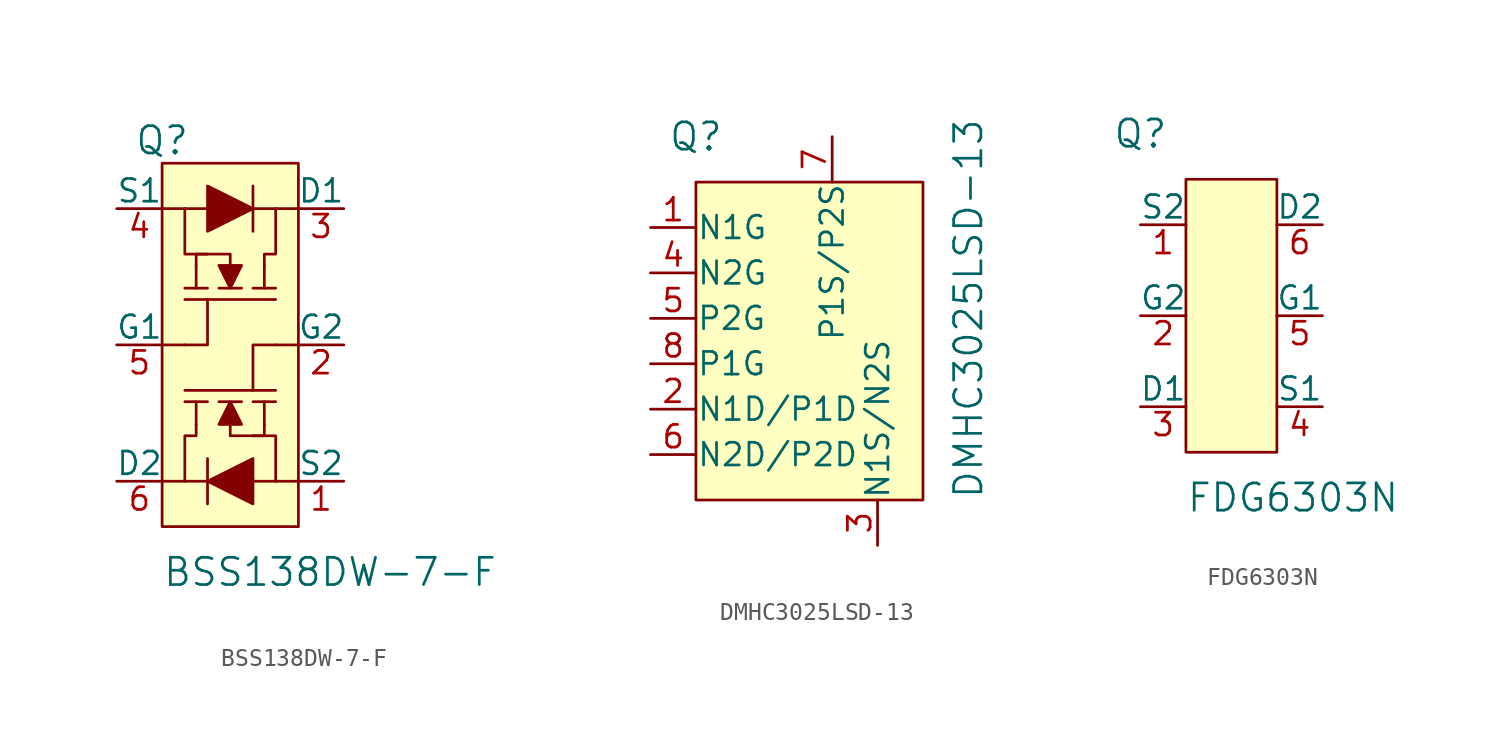
<source format=kicad_sym>
(kicad_symbol_lib
  (version 20201005)
  (generator kicad_symbol_editor)
  (symbol "BSS138DW-7-F"
    (pin_names
      (offset 0))
    (property "Reference" "Q"
      (at -5.08 8.89 0)
      (effects (font (size 1.524 1.524))))
    (property "Value" "BSS138DW-7-F"
      (at -5.08 -15.24 0)
      (effects (font (size 1.524 1.524)) (justify left)))
    (symbol "BSS138DW-7-F_0_1"
      (rectangle (start -5.08 7.62) (end 2.54 -12.7) (stroke (width 0)) (fill (type background)))
      (polyline (pts (xy -5.08 -2.54) (xy -3.81 -2.54)) (stroke (width 0)) (fill (type none)))
      (polyline (pts (xy -3.81 -10.16) (xy -5.08 -10.16)) (stroke (width 0)) (fill (type none)))
      (polyline (pts (xy -3.81 -5.08) (xy 1.27 -5.08)) (stroke (width 0)) (fill (type none)))
      (polyline (pts (xy -3.81 5.08) (xy -5.08 5.08)) (stroke (width 0)) (fill (type none)))
      (polyline (pts (xy -3.175 -5.715) (xy -3.175 -6.985)) (stroke (width 0)) (fill (type none)))
      (polyline (pts (xy -3.175 1.905) (xy -3.175 0.635)) (stroke (width 0)) (fill (type none)))
      (polyline (pts (xy -2.54 -11.43) (xy -2.54 -8.89)) (stroke (width 0)) (fill (type none)))
      (polyline (pts (xy -2.54 -10.16) (xy -3.81 -10.16)) (stroke (width 0)) (fill (type none)))
      (polyline (pts (xy -2.54 -5.715) (xy -3.81 -5.715)) (stroke (width 0)) (fill (type none)))
      (polyline (pts (xy -2.54 0.635) (xy -3.81 0.635)) (stroke (width 0)) (fill (type none)))
      (polyline (pts (xy -2.54 5.08) (xy -3.81 5.08)) (stroke (width 0)) (fill (type none)))
      (polyline (pts (xy -1.905 0.635) (xy -0.635 0.635)) (stroke (width 0)) (fill (type none)))
      (polyline (pts (xy -0.635 -5.715) (xy -1.905 -5.715)) (stroke (width 0)) (fill (type none)))
      (polyline (pts (xy 0 -10.16) (xy 1.27 -10.16)) (stroke (width 0)) (fill (type none)))
      (polyline (pts (xy 0 -5.715) (xy 1.27 -5.715)) (stroke (width 0)) (fill (type none)))
      (polyline (pts (xy 0 0.635) (xy 1.27 0.635)) (stroke (width 0)) (fill (type none)))
      (polyline (pts (xy 0 5.08) (xy 1.27 5.08)) (stroke (width 0)) (fill (type none)))
      (polyline (pts (xy 0 6.35) (xy 0 3.81)) (stroke (width 0)) (fill (type none)))
      (polyline (pts (xy 0.635 -6.985) (xy 0.635 -5.715)) (stroke (width 0)) (fill (type none)))
      (polyline (pts (xy 0.635 0.635) (xy 0.635 1.905)) (stroke (width 0)) (fill (type none)))
      (polyline (pts (xy 1.27 -2.54) (xy 2.54 -2.54)) (stroke (width 0)) (fill (type none)))
      (polyline (pts (xy 1.27 0) (xy -3.81 0)) (stroke (width 0)) (fill (type none)))
      (polyline (pts (xy 2.54 -10.16) (xy 1.27 -10.16)) (stroke (width 0)) (fill (type none)))
      (polyline (pts (xy 2.54 5.08) (xy 1.27 5.08)) (stroke (width 0)) (fill (type none)))
      (polyline (pts (xy -3.81 5.08) (xy -3.81 2.54) (xy -2.54 2.54)) (stroke (width 0)) (fill (type none)))
      (polyline (pts (xy -2.54 0) (xy -2.54 -2.54) (xy -3.81 -2.54)) (stroke (width 0)) (fill (type none)))
      (polyline (pts (xy 1.27 -10.16) (xy 1.27 -7.62) (xy 0 -7.62)) (stroke (width 0)) (fill (type none)))
      (polyline (pts (xy 1.27 -2.54) (xy 0 -2.54) (xy 0 -5.08)) (stroke (width 0)) (fill (type none)))
      (polyline (pts (xy -3.175 -6.985) (xy -3.175 -7.62) (xy -3.81 -7.62) (xy -3.81 -10.16)) (stroke (width 0)) (fill (type none)))
      (polyline (pts (xy -2.54 6.35) (xy -2.54 3.81) (xy 0 5.08) (xy -2.54 6.35)) (stroke (width 0)) (fill (type outline)))
      (polyline (pts (xy -1.905 1.905) (xy -1.27 0.635) (xy -0.635 1.905) (xy -1.905 1.905)) (stroke (width 0)) (fill (type outline)))
      (polyline (pts (xy -1.27 -6.985) (xy -1.27 -7.62) (xy 0.635 -7.62) (xy 0.635 -6.985)) (stroke (width 0)) (fill (type none)))
      (polyline (pts (xy -1.27 1.905) (xy -1.27 2.54) (xy -3.175 2.54) (xy -3.175 1.905)) (stroke (width 0)) (fill (type none)))
      (polyline (pts (xy -0.635 -6.985) (xy -1.27 -5.715) (xy -1.905 -6.985) (xy -0.635 -6.985)) (stroke (width 0)) (fill (type outline)))
      (polyline (pts (xy 0 -11.43) (xy 0 -8.89) (xy -2.54 -10.16) (xy 0 -11.43)) (stroke (width 0)) (fill (type outline)))
      (polyline (pts (xy 0.635 1.905) (xy 0.635 2.54) (xy 1.27 2.54) (xy 1.27 5.08)) (stroke (width 0)) (fill (type none))))
    (symbol "BSS138DW-7-F_1_1"
      (pin input line (at 5.08 -10.16 180) (length 2.54) (name "S2" (effects (font (size 1.27 1.27)))) (number "1" (effects (font (size 1.27 1.27)))))
      (pin input line (at 5.08 -2.54 180) (length 2.54) (name "G2" (effects (font (size 1.27 1.27)))) (number "2" (effects (font (size 1.27 1.27)))))
      (pin output line (at 5.08 5.08 180) (length 2.54) (name "D1" (effects (font (size 1.27 1.27)))) (number "3" (effects (font (size 1.27 1.27)))))
      (pin input line (at -7.62 5.08 0) (length 2.54) (name "S1" (effects (font (size 1.27 1.27)))) (number "4" (effects (font (size 1.27 1.27)))))
      (pin input line (at -7.62 -2.54 0) (length 2.54) (name "G1" (effects (font (size 1.27 1.27)))) (number "5" (effects (font (size 1.27 1.27)))))
      (pin output line (at -7.62 -10.16 0) (length 2.54) (name "D2" (effects (font (size 1.27 1.27)))) (number "6" (effects (font (size 1.27 1.27)))))))
  (symbol "DMHC3025LSD-13"
    (pin_names
      (offset 0.025))
    (property "Reference" "Q"
      (at -7.62 10.16 0)
      (effects (font (size 1.524 1.524))))
    (property "Value" "DMHC3025LSD-13"
      (at 7.62 -10.16 90)
      (effects (font (size 1.524 1.524)) (justify left)))
    (symbol "DMHC3025LSD-13_0_1"
      (rectangle (start -7.62 7.62) (end 5.08 -10.16) (stroke (width 0)) (fill (type background))))
    (symbol "DMHC3025LSD-13_1_0"
      (pin power_in line (at 0 10.16 270) (length 2.54) (name "P1S/P2S" (effects (font (size 1.27 1.27)))) (number "7" (effects (font (size 1.27 1.27)))))
      (pin input line (at -10.16 -2.54 0) (length 2.54) (name "P1G~" (effects (font (size 1.27 1.27)))) (number "8" (effects (font (size 1.27 1.27))))))
    (symbol "DMHC3025LSD-13_1_1"
      (pin input line (at -10.16 5.08 0) (length 2.54) (name "N1G" (effects (font (size 1.27 1.27)))) (number "1" (effects (font (size 1.27 1.27)))))
      (pin passive line (at -10.16 -5.08 0) (length 2.54) (name "N1D/P1D" (effects (font (size 1.27 1.27)))) (number "2" (effects (font (size 1.27 1.27)))))
      (pin power_in line (at 2.54 -12.7 90) (length 2.54) (name "N1S/N2S" (effects (font (size 1.27 1.27)))) (number "3" (effects (font (size 1.27 1.27)))))
      (pin input line (at -10.16 2.54 0) (length 2.54) (name "N2G" (effects (font (size 1.27 1.27)))) (number "4" (effects (font (size 1.27 1.27)))))
      (pin input line (at -10.16 0 0) (length 2.54) (name "P2G" (effects (font (size 1.27 1.27)))) (number "5" (effects (font (size 1.27 1.27)))))
      (pin passive line (at -10.16 -7.62 0) (length 2.54) (name "N2D/P2D" (effects (font (size 1.27 1.27)))) (number "6" (effects (font (size 1.27 1.27)))))))
  (symbol "FDG6303N"
    (pin_names
      (offset 0))
    (property "Reference" "Q"
      (at -5.08 10.16 0)
      (effects (font (size 1.524 1.524))))
    (property "Value" "FDG6303N"
      (at -2.54 -10.16 0)
      (effects (font (size 1.524 1.524)) (justify left)))
    (symbol "FDG6303N_0_1"
      (rectangle (start -2.54 7.62) (end 2.54 -7.62) (stroke (width 0)) (fill (type background))))
    (symbol "FDG6303N_1_1"
      (pin input line (at -5.08 5.08 0) (length 2.54) (name "S2" (effects (font (size 1.27 1.27)))) (number "1" (effects (font (size 1.27 1.27)))))
      (pin input line (at -5.08 0 0) (length 2.54) (name "G2" (effects (font (size 1.27 1.27)))) (number "2" (effects (font (size 1.27 1.27)))))
      (pin output line (at -5.08 -5.08 0) (length 2.54) (name "D1" (effects (font (size 1.27 1.27)))) (number "3" (effects (font (size 1.27 1.27)))))
      (pin input line (at 5.08 -5.08 180) (length 2.54) (name "S1" (effects (font (size 1.27 1.27)))) (number "4" (effects (font (size 1.27 1.27)))))
      (pin input line (at 5.08 0 180) (length 2.54) (name "G1" (effects (font (size 1.27 1.27)))) (number "5" (effects (font (size 1.27 1.27)))))
      (pin output line (at 5.08 5.08 180) (length 2.54) (name "D2" (effects (font (size 1.27 1.27)))) (number "6" (effects (font (size 1.27 1.27))))))))
</source>
